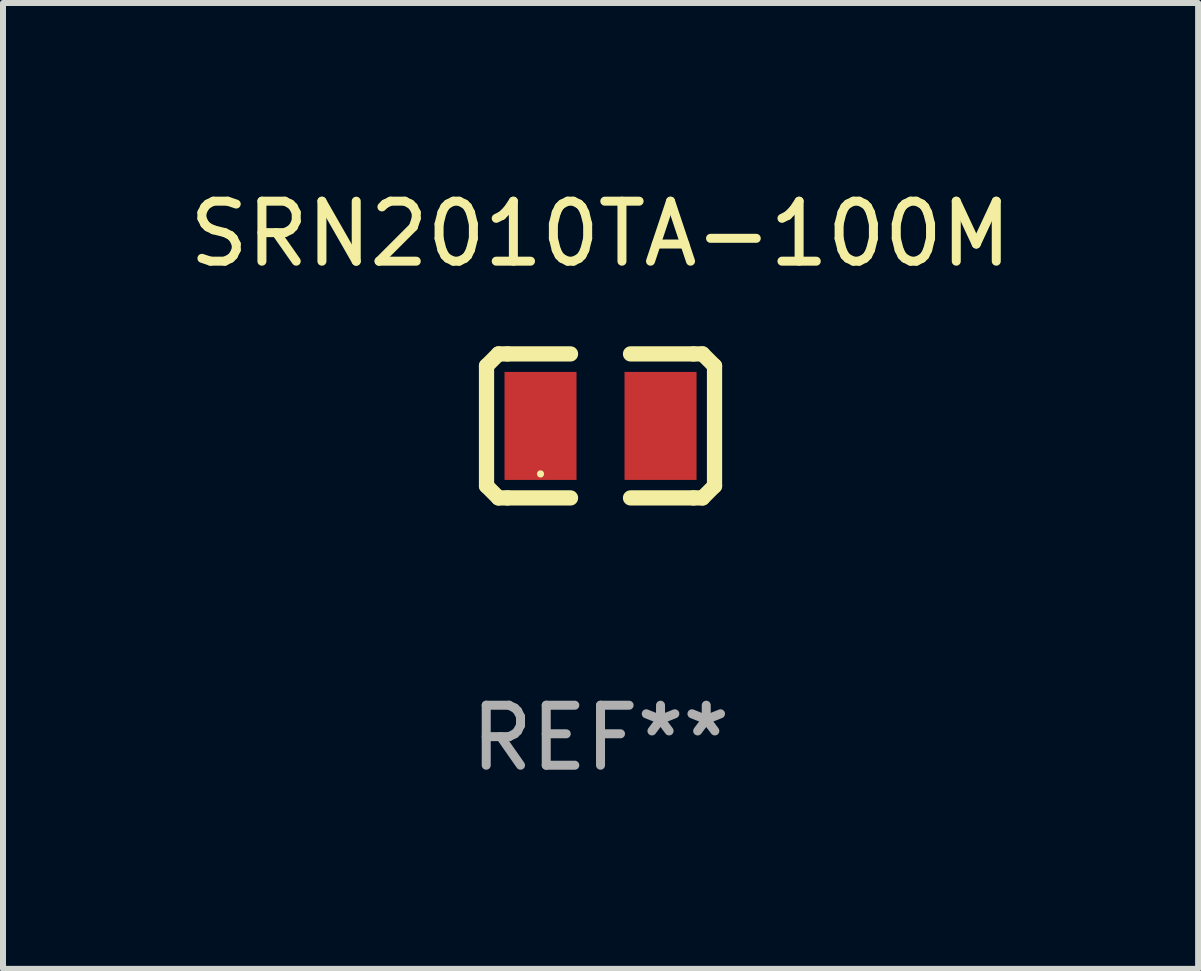
<source format=kicad_pcb>
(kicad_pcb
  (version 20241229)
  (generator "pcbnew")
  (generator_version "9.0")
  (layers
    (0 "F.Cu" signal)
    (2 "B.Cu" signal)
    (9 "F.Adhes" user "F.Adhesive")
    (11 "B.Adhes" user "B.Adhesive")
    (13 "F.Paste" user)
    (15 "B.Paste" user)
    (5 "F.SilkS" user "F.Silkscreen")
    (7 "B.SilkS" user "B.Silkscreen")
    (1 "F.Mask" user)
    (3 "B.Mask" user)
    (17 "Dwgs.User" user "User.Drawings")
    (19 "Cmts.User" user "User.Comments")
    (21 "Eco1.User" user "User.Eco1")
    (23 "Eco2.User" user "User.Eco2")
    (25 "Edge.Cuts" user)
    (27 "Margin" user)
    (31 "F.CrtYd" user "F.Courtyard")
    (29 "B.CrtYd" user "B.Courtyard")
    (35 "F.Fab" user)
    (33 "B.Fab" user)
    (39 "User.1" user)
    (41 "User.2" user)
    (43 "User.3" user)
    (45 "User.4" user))
  (footprint "SRN2010TA-100M"
    (layer "F.Cu")
    (at 6.958 4.048)
    (property "Reference" "SRN2010TA-100M" (at 0 -3.2 0) (layer "F.SilkS") (effects (font (size 1 1) (thickness 0.15))))
    (attr through_hole)
    (fp_line (start -1.9 -1) (end -1.9 1) (stroke (width 0.254) (type solid)) (layer "F.SilkS"))
    (fp_line (start -1.7 -1.2) (end -1.9 -1) (stroke (width 0.254) (type solid)) (layer "F.SilkS"))
    (fp_line (start -1.7 1.2) (end -1.9 1) (stroke (width 0.254) (type solid)) (layer "F.SilkS"))
    (fp_line (start -1.55 -1.2) (end -1.7 -1.2) (stroke (width 0.254) (type solid)) (layer "F.SilkS"))
    (fp_line (start -1.55 1.2) (end -1.7 1.2) (stroke (width 0.254) (type solid)) (layer "F.SilkS"))
    (fp_line (start -0.5 -1.2) (end -1.55 -1.2) (stroke (width 0.254) (type solid)) (layer "F.SilkS"))
    (fp_line (start -0.5 1.2) (end -1.55 1.2) (stroke (width 0.254) (type solid)) (layer "F.SilkS"))
    (fp_line (start 0.5 -1.2) (end 1.55 -1.2) (stroke (width 0.254) (type solid)) (layer "F.SilkS"))
    (fp_line (start 0.5 1.2) (end 1.55 1.2) (stroke (width 0.254) (type solid)) (layer "F.SilkS"))
    (fp_line (start 1.55 -1.2) (end 1.7 -1.2) (stroke (width 0.254) (type solid)) (layer "F.SilkS"))
    (fp_line (start 1.55 1.2) (end 1.7 1.2) (stroke (width 0.254) (type solid)) (layer "F.SilkS"))
    (fp_line (start 1.7 -1.2) (end 1.9 -1) (stroke (width 0.254) (type solid)) (layer "F.SilkS"))
    (fp_line (start 1.7 1.2) (end 1.9 1) (stroke (width 0.254) (type solid)) (layer "F.SilkS"))
    (fp_line (start 1.9 -1) (end 1.9 1) (stroke (width 0.254) (type solid)) (layer "F.SilkS"))
    (fp_circle (center -1 0.8) (end -0.97 0.8) (stroke (width 0.06) (type solid)) (fill no) (layer "F.SilkS"))
    (fp_text user "REF**" (at 0 5.2 0) (layer "F.Fab") (effects (font (size 1 1) (thickness 0.15))))
    (pad "1" smd rect (at -1 0) (size 1.2 1.8) (layers "F.Cu" "F.Mask" "F.Paste"))
    (pad "2" smd rect (at 1 0) (size 1.2 1.8) (layers "F.Cu" "F.Mask" "F.Paste")))
  (gr_rect
    (start -3 -3)
    (end 16.917 13.097)
    (stroke (width 0.1) (type default))
    (fill no)
    (layer "Edge.Cuts")))
</source>
